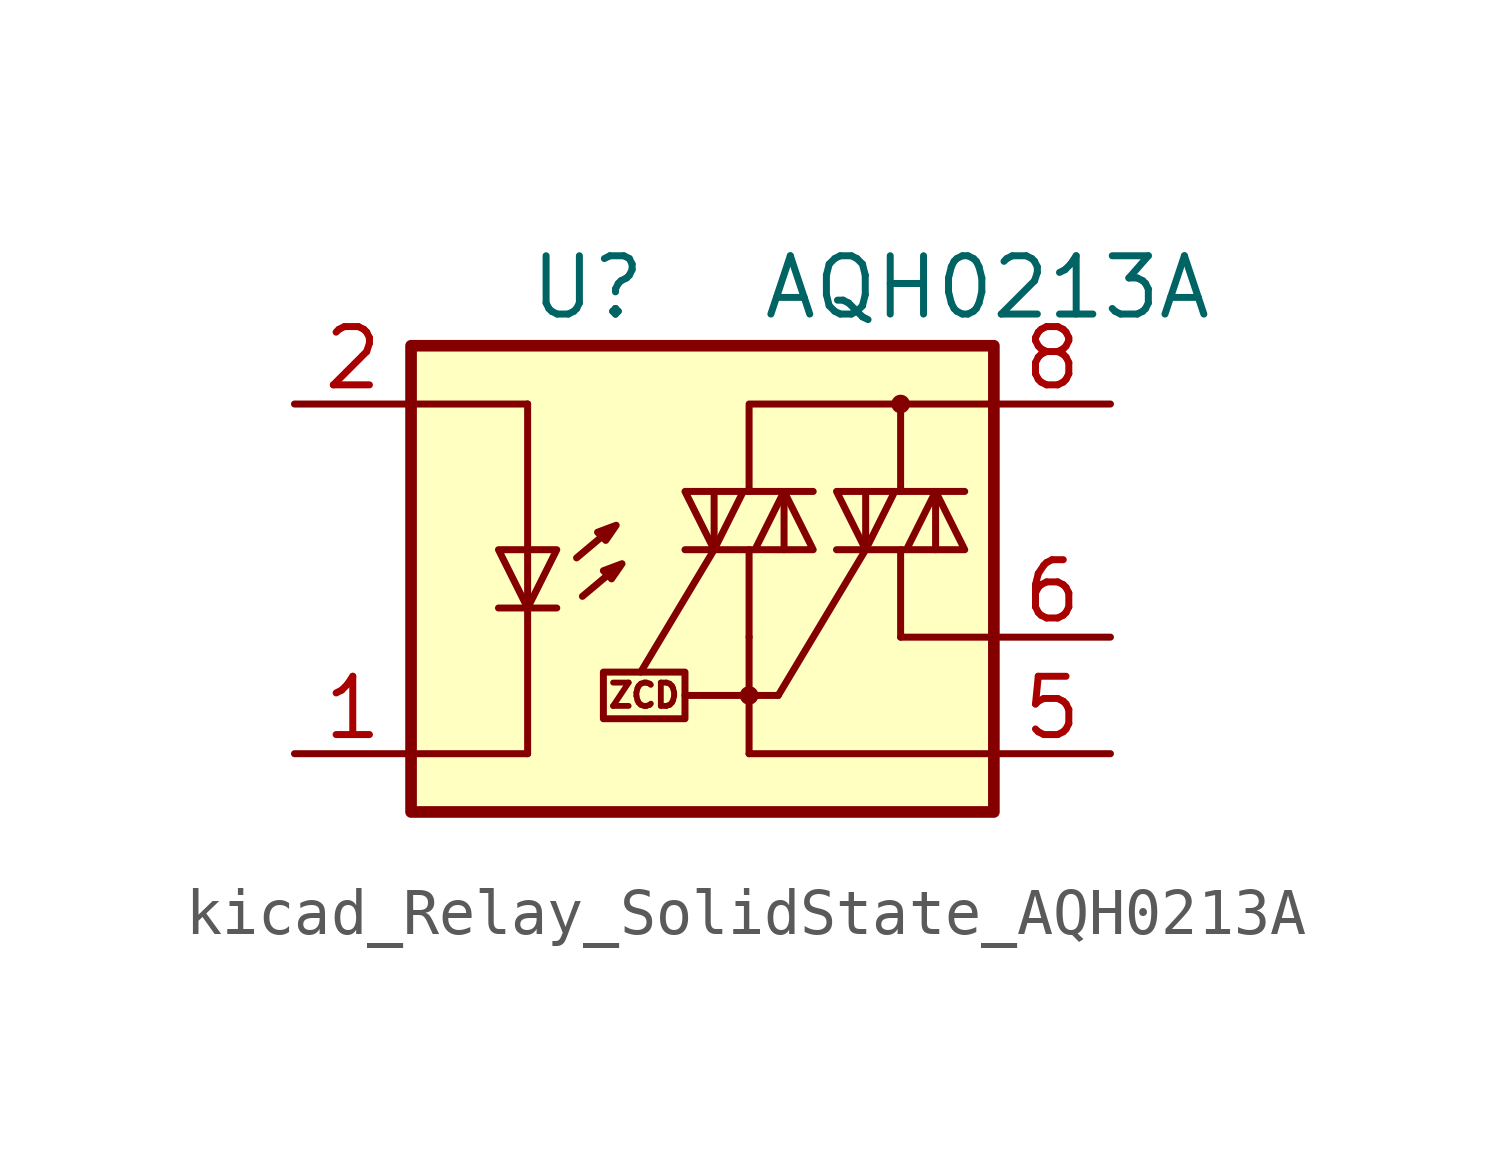
<source format=kicad_sym>
(kicad_symbol_lib
  (version 20220914)
  (generator kicad_symbol_editor)
  (symbol "kicad_Relay_SolidState_AQH0213A"
    (property "Reference" "U"
      (at -5.08 5.08 0)
      (effects (font (size 1.27 1.27)) (justify left)))
    (property "Value" "AQH0213A"
      (at 0 5.08 0)
      (effects (font (size 1.27 1.27)) (justify left)))
    (symbol "kicad_Relay_SolidState_AQH0213A_0_1"
      (polyline (pts (xy 3.048 -2.54) (xy 5.08 -2.54)) (stroke (width 0) (type default)) (fill (type none)))
      (polyline (pts (xy 3.048 -0.635) (xy 3.048 -2.54)) (stroke (width 0) (type default)) (fill (type none))))
    (symbol "kicad_Relay_SolidState_AQH0213A_1_1"
      (rectangle (start -7.62 3.81) (end 5.08 -6.35) (stroke (width 0.254) (type default)) (fill (type background)))
      (rectangle (start -3.429 -3.302) (end -1.651 -4.318) (stroke (width 0) (type default)) (fill (type none)))
      (circle (center -0.254 -3.81) (radius 0.127) (stroke (width 0) (type default)) (fill (type none)))
      (polyline (pts (xy -5.715 -1.905) (xy -4.445 -1.905)) (stroke (width 0) (type default)) (fill (type none)))
      (polyline (pts (xy -5.08 -5.08) (xy -7.62 -5.08)) (stroke (width 0) (type default)) (fill (type none)))
      (polyline (pts (xy -5.08 -1.905) (xy -5.08 -5.08)) (stroke (width 0) (type default)) (fill (type none)))
      (polyline (pts (xy -5.08 -0.635) (xy -5.08 -1.905)) (stroke (width 0) (type default)) (fill (type none)))
      (polyline (pts (xy -5.08 -0.635) (xy -5.08 2.54)) (stroke (width 0) (type default)) (fill (type none)))
      (polyline (pts (xy -5.08 2.54) (xy -7.493 2.54)) (stroke (width 0) (type default)) (fill (type none)))
      (polyline (pts (xy -3.378 -0.279) (xy -4.013 -0.813)) (stroke (width 0) (type default)) (fill (type none)))
      (polyline (pts (xy -3.251 -1.118) (xy -3.886 -1.651)) (stroke (width 0) (type default)) (fill (type none)))
      (polyline (pts (xy -1.651 -3.81) (xy -0.254 -3.81)) (stroke (width 0) (type default)) (fill (type none)))
      (polyline (pts (xy -1.016 -0.635) (xy -2.616 -3.302)) (stroke (width 0) (type default)) (fill (type none)))
      (polyline (pts (xy -1.016 -0.635) (xy -1.016 0.635)) (stroke (width 0) (type default)) (fill (type none)))
      (polyline (pts (xy -0.254 -3.81) (xy 0.381 -3.81)) (stroke (width 0) (type default)) (fill (type none)))
      (polyline (pts (xy -0.254 -2.54) (xy -0.254 -5.08)) (stroke (width 0) (type default)) (fill (type none)))
      (polyline (pts (xy -0.254 -2.54) (xy -0.254 -0.635)) (stroke (width 0) (type default)) (fill (type none)))
      (polyline (pts (xy 0.381 -3.81) (xy 2.286 -0.635)) (stroke (width 0) (type default)) (fill (type none)))
      (polyline (pts (xy 0.508 0.635) (xy 0.508 -0.635)) (stroke (width 0) (type default)) (fill (type none)))
      (polyline (pts (xy 2.286 -0.635) (xy 2.286 0.635)) (stroke (width 0) (type default)) (fill (type none)))
      (polyline (pts (xy 3.048 2.54) (xy 3.048 0.635)) (stroke (width 0) (type default)) (fill (type none)))
      (polyline (pts (xy 3.81 0.635) (xy 3.81 -0.635)) (stroke (width 0) (type default)) (fill (type none)))
      (polyline (pts (xy 5.08 -5.08) (xy -0.254 -5.08)) (stroke (width 0) (type default)) (fill (type none)))
      (polyline (pts (xy 5.08 2.54) (xy 3.048 2.54)) (stroke (width 0) (type default)) (fill (type none)))
      (polyline (pts (xy 3.048 2.54) (xy -0.254 2.54) (xy -0.254 0.635)) (stroke (width 0) (type default)) (fill (type none)))
      (polyline (pts (xy -5.08 -1.905) (xy -5.715 -0.635) (xy -4.445 -0.635) (xy -5.08 -1.905)) (stroke (width 0) (type default)) (fill (type none)))
      (polyline (pts (xy -3.556 -0.254) (xy -3.378 -0.432) (xy -3.15 -0.102) (xy -3.556 -0.254)) (stroke (width 0) (type default)) (fill (type none)))
      (polyline (pts (xy -3.429 -1.092) (xy -3.251 -1.27) (xy -3.023 -0.94) (xy -3.429 -1.092)) (stroke (width 0) (type default)) (fill (type none)))
      (polyline (pts (xy -1.651 -0.635) (xy 1.143 -0.635) (xy 0.508 0.635) (xy -0.127 -0.635)) (stroke (width 0) (type default)) (fill (type none)))
      (polyline (pts (xy 1.143 0.635) (xy -1.651 0.635) (xy -1.016 -0.635) (xy -0.381 0.635)) (stroke (width 0) (type default)) (fill (type none)))
      (polyline (pts (xy 1.651 -0.635) (xy 4.445 -0.635) (xy 3.81 0.635) (xy 3.175 -0.635)) (stroke (width 0) (type default)) (fill (type none)))
      (polyline (pts (xy 4.445 0.635) (xy 1.651 0.635) (xy 2.286 -0.635) (xy 2.921 0.635)) (stroke (width 0) (type default)) (fill (type none)))
      (circle (center 3.048 2.54) (radius 0.127) (stroke (width 0) (type default)) (fill (type none)))
      (text "ZCD" (at -2.54 -3.81 0) (effects (font (size 0.508 0.508))))
      (pin passive line (at -10.16 -5.08 0) (length 2.54) (name "~" (effects (font (size 1.27 1.27)))) (number "1" (effects (font (size 1.27 1.27)))))
      (pin passive line (at -10.16 2.54 0) (length 2.54) (name "~" (effects (font (size 1.27 1.27)))) (number "2" (effects (font (size 1.27 1.27)))))
      (pin passive line (at -10.16 -5.08 0) (length 2.54) hide (name "~" (effects (font (size 1.27 1.27)))) (number "3" (effects (font (size 1.27 1.27)))))
      (pin passive line (at -10.16 -5.08 0) (length 2.54) hide (name "~" (effects (font (size 1.27 1.27)))) (number "4" (effects (font (size 1.27 1.27)))))
      (pin passive line (at 7.62 -5.08 180) (length 2.54) (name "~" (effects (font (size 1.27 1.27)))) (number "5" (effects (font (size 1.27 1.27)))))
      (pin passive line (at 7.62 -2.54 180) (length 2.54) (name "~" (effects (font (size 1.27 1.27)))) (number "6" (effects (font (size 1.27 1.27)))))
      (pin passive line (at 7.62 2.54 180) (length 2.54) (name "~" (effects (font (size 1.27 1.27)))) (number "8" (effects (font (size 1.27 1.27))))))))
</source>
